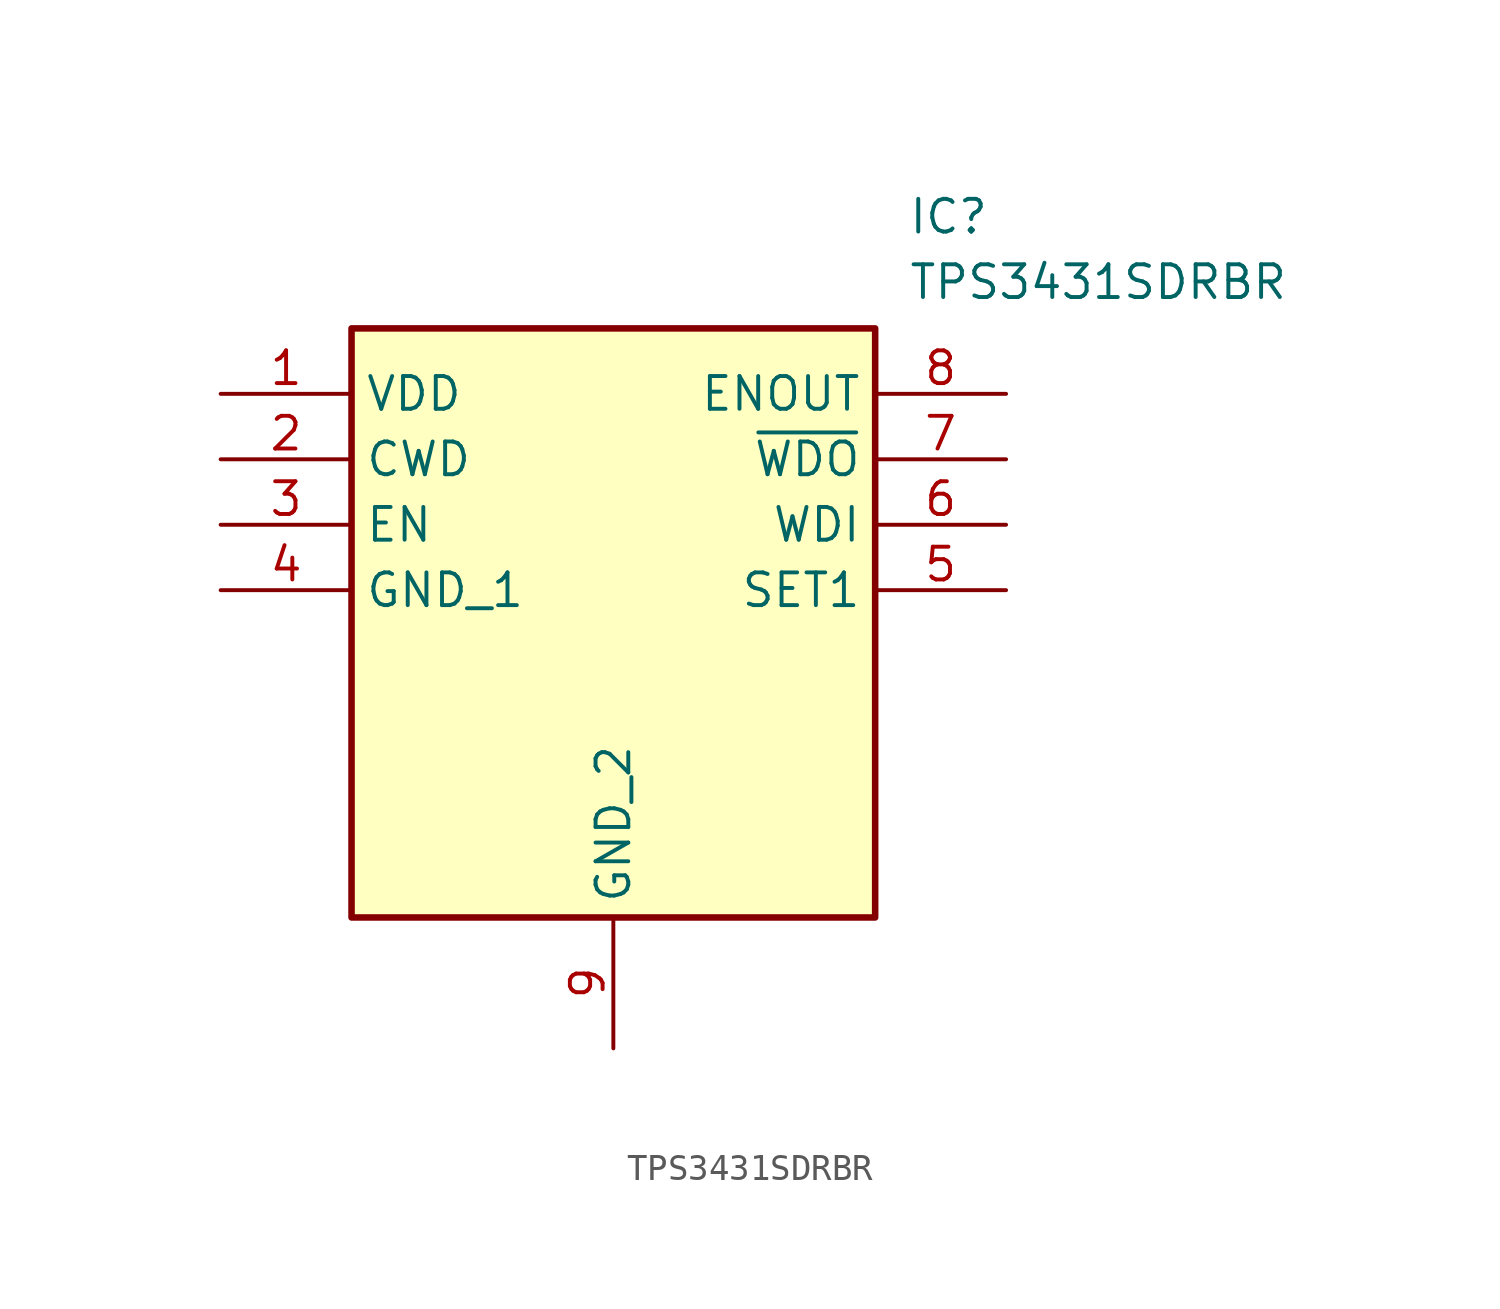
<source format=kicad_sym>
(kicad_symbol_lib
  (version 20211014)
  (generator SamacSys_ECAD_Model)
  (symbol "TPS3431SDRBR"
    (property "Reference" "IC"
      (at 26.67 7.62 0)
      (effects (font (size 1.27 1.27)) (justify left top)))
    (property "Value" "TPS3431SDRBR"
      (at 26.67 5.08 0)
      (effects (font (size 1.27 1.27)) (justify left top)))
    (rectangle
      (start 5.08 2.54)
      (end 25.4 -20.32)
      (stroke (width 0.254) (type default))
      (fill (type background)))
    (pin passive line
      (at 0 0 0)
      (length 5.08)
      (name "VDD" (effects (font (size 1.27 1.27))))
      (number "1" (effects (font (size 1.27 1.27)))))
    (pin passive line
      (at 0 -2.54 0)
      (length 5.08)
      (name "CWD" (effects (font (size 1.27 1.27))))
      (number "2" (effects (font (size 1.27 1.27)))))
    (pin passive line
      (at 0 -5.08 0)
      (length 5.08)
      (name "EN" (effects (font (size 1.27 1.27))))
      (number "3" (effects (font (size 1.27 1.27)))))
    (pin passive line
      (at 0 -7.62 0)
      (length 5.08)
      (name "GND_1" (effects (font (size 1.27 1.27))))
      (number "4" (effects (font (size 1.27 1.27)))))
    (pin passive line
      (at 15.24 -25.4 90)
      (length 5.08)
      (name "GND_2" (effects (font (size 1.27 1.27))))
      (number "9" (effects (font (size 1.27 1.27)))))
    (pin passive line
      (at 30.48 0 180)
      (length 5.08)
      (name "ENOUT" (effects (font (size 1.27 1.27))))
      (number "8" (effects (font (size 1.27 1.27)))))
    (pin passive line
      (at 30.48 -2.54 180)
      (length 5.08)
      (name "~{WDO}" (effects (font (size 1.27 1.27))))
      (number "7" (effects (font (size 1.27 1.27)))))
    (pin passive line
      (at 30.48 -5.08 180)
      (length 5.08)
      (name "WDI" (effects (font (size 1.27 1.27))))
      (number "6" (effects (font (size 1.27 1.27)))))
    (pin passive line
      (at 30.48 -7.62 180)
      (length 5.08)
      (name "SET1" (effects (font (size 1.27 1.27))))
      (number "5" (effects (font (size 1.27 1.27)))))))
</source>
